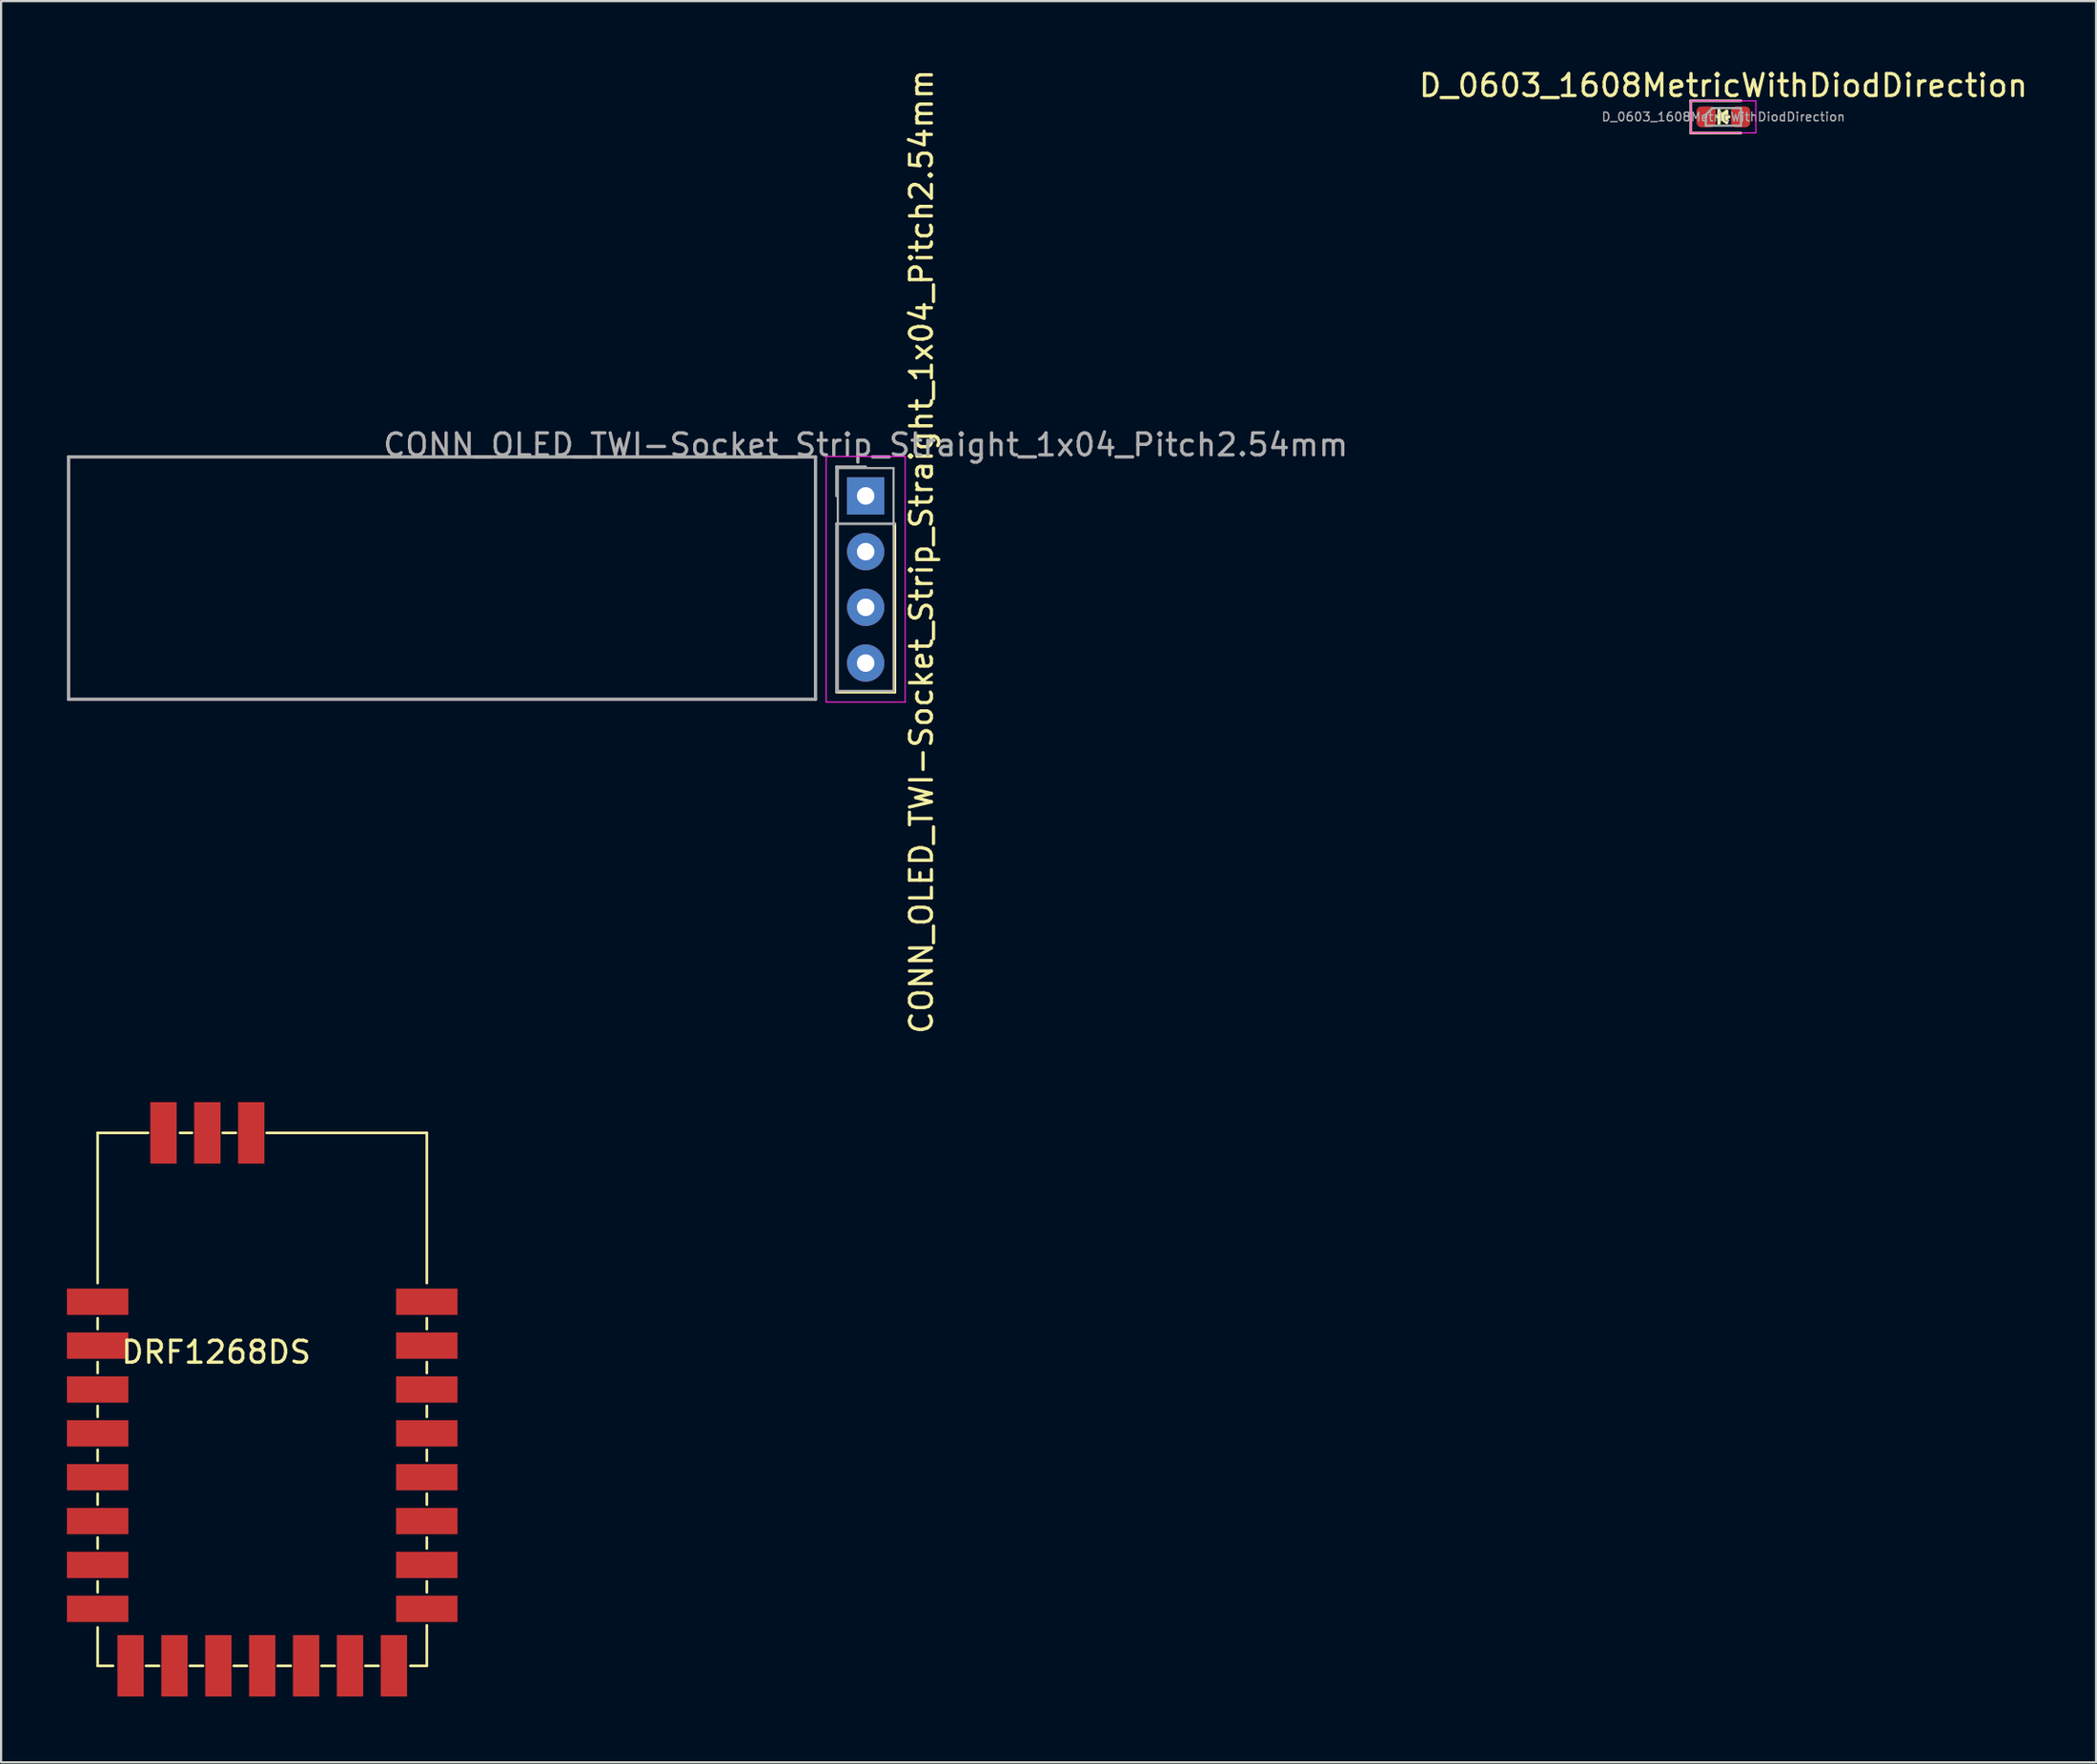
<source format=kicad_pcb>
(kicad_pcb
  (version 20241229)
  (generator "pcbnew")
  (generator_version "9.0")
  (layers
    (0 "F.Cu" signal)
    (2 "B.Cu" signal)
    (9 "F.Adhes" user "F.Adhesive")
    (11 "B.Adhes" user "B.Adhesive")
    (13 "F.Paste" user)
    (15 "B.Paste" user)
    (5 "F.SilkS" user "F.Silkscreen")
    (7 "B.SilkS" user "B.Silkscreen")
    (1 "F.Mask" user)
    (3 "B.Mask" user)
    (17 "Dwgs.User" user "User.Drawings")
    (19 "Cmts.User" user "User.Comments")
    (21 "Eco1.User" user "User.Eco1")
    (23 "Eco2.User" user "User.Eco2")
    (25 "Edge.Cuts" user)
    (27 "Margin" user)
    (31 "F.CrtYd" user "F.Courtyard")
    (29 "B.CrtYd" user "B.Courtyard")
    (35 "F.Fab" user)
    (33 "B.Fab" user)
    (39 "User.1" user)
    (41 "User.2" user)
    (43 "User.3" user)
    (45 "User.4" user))
  (footprint "D_0603_1608MetricWithDiodDirection"
    (layer "F.Cu")
    (at 75.48 2.278)
    (property "Reference" "D_0603_1608MetricWithDiodDirection" (at 0 -1.43 0) (layer "F.SilkS") (effects (font (size 1 1) (thickness 0.15))))
    (attr smd)
    (fp_line (start -1.485 -0.735) (end -1.485 0.735) (stroke (width 0.12) (type solid)) (layer "F.SilkS"))
    (fp_line (start -1.485 0.735) (end 0.8 0.735) (stroke (width 0.12) (type solid)) (layer "F.SilkS"))
    (fp_line (start -0.25 0) (end 0.25 0) (stroke (width 0.15) (type solid)) (layer "F.SilkS"))
    (fp_line (start -0.2 -0.3) (end -0.2 0.3) (stroke (width 0.15) (type solid)) (layer "F.SilkS"))
    (fp_line (start -0.2 0) (end 0.15 0.25) (stroke (width 0.15) (type solid)) (layer "F.SilkS"))
    (fp_line (start 0.15 -0.25) (end -0.2 0) (stroke (width 0.15) (type solid)) (layer "F.SilkS"))
    (fp_line (start 0.15 -0.25) (end 0.15 0.25) (stroke (width 0.15) (type solid)) (layer "F.SilkS"))
    (fp_line (start 0.8 -0.735) (end -1.485 -0.735) (stroke (width 0.12) (type solid)) (layer "F.SilkS"))
    (fp_line (start -1.48 -0.73) (end 1.48 -0.73) (stroke (width 0.05) (type solid)) (layer "F.CrtYd"))
    (fp_line (start -1.48 0.73) (end -1.48 -0.73) (stroke (width 0.05) (type solid)) (layer "F.CrtYd"))
    (fp_line (start 1.48 -0.73) (end 1.48 0.73) (stroke (width 0.05) (type solid)) (layer "F.CrtYd"))
    (fp_line (start 1.48 0.73) (end -1.48 0.73) (stroke (width 0.05) (type solid)) (layer "F.CrtYd"))
    (fp_line (start -0.8 -0.1) (end -0.8 0.4) (stroke (width 0.1) (type solid)) (layer "F.Fab"))
    (fp_line (start -0.8 0.4) (end 0.8 0.4) (stroke (width 0.1) (type solid)) (layer "F.Fab"))
    (fp_line (start -0.5 -0.4) (end -0.8 -0.1) (stroke (width 0.1) (type solid)) (layer "F.Fab"))
    (fp_line (start 0.8 -0.4) (end -0.5 -0.4) (stroke (width 0.1) (type solid)) (layer "F.Fab"))
    (fp_line (start 0.8 0.4) (end 0.8 -0.4) (stroke (width 0.1) (type solid)) (layer "F.Fab"))
    (fp_text user "${REFERENCE}" (at 0 0 0) (layer "F.Fab") (effects (font (size 0.4 0.4) (thickness 0.06))))
    (pad "1" smd roundrect (at -0.787 0) (size 0.875 0.95) (layers "F.Cu" "F.Mask" "F.Paste") (roundrect_rratio 0.25))
    (pad "2" smd roundrect (at 0.787 0) (size 0.875 0.95) (layers "F.Cu" "F.Mask" "F.Paste") (roundrect_rratio 0.25)))
  (footprint "CONN_OLED_TWI-Socket_Strip_Straight_1x04_Pitch2.54mm"
    (layer "F.Cu")
    (at 36.397 19.561)
    (property "Reference" "CONN_OLED_TWI-Socket_Strip_Straight_1x04_Pitch2.54mm" (at 2.54 2.54 90) (layer "F.SilkS") (effects (font (size 1 1) (thickness 0.15))))
    (attr through_hole)
    (fp_line (start -1.33 8.95) (end 1.33 8.95) (stroke (width 0.12) (type solid)) (layer "F.SilkS"))
    (fp_line (start 1.33 8.95) (end 1.33 1.27) (stroke (width 0.12) (type solid)) (layer "F.SilkS"))
    (fp_line (start -1.8 -1.8) (end -1.8 9.4) (stroke (width 0.05) (type solid)) (layer "F.CrtYd"))
    (fp_line (start -1.8 9.4) (end 1.8 9.4) (stroke (width 0.05) (type solid)) (layer "F.CrtYd"))
    (fp_line (start 1.8 -1.8) (end -1.8 -1.8) (stroke (width 0.05) (type solid)) (layer "F.CrtYd"))
    (fp_line (start 1.8 9.4) (end 1.8 -1.8) (stroke (width 0.05) (type solid)) (layer "F.CrtYd"))
    (fp_line (start -36.322 -1.778) (end -36.322 9.271) (stroke (width 0.15) (type solid)) (layer "F.Fab"))
    (fp_line (start -2.286 -1.778) (end -36.322 -1.778) (stroke (width 0.15) (type solid)) (layer "F.Fab"))
    (fp_line (start -2.286 -1.778) (end -2.286 9.271) (stroke (width 0.15) (type solid)) (layer "F.Fab"))
    (fp_line (start -2.286 9.271) (end -36.322 9.271) (stroke (width 0.15) (type solid)) (layer "F.Fab"))
    (fp_line (start -1.33 -1.33) (end 0 -1.33) (stroke (width 0.12) (type solid)) (layer "F.Fab"))
    (fp_line (start -1.33 0) (end -1.33 -1.33) (stroke (width 0.12) (type solid)) (layer "F.Fab"))
    (fp_line (start -1.33 1.27) (end -1.33 8.95) (stroke (width 0.12) (type solid)) (layer "F.Fab"))
    (fp_line (start -1.27 -1.27) (end -1.27 8.89) (stroke (width 0.1) (type solid)) (layer "F.Fab"))
    (fp_line (start -1.27 8.89) (end 1.27 8.89) (stroke (width 0.1) (type solid)) (layer "F.Fab"))
    (fp_line (start 1.27 -1.27) (end -1.27 -1.27) (stroke (width 0.1) (type solid)) (layer "F.Fab"))
    (fp_line (start 1.27 8.89) (end 1.27 -1.27) (stroke (width 0.1) (type solid)) (layer "F.Fab"))
    (fp_line (start 1.33 1.27) (end -1.33 1.27) (stroke (width 0.12) (type solid)) (layer "F.Fab"))
    (fp_text user "${REFERENCE}" (at 0 -2.33 0) (layer "F.Fab") (effects (font (size 1 1) (thickness 0.15))))
    (pad "1" thru_hole rect (at 0 0) (size 1.7 1.7) (drill 0.8) (layers "*.Cu" "*.Mask"))
    (pad "2" thru_hole oval (at 0 2.54) (size 1.7 1.7) (drill 0.8) (layers "*.Cu" "*.Mask"))
    (pad "3" thru_hole oval (at 0 5.08) (size 1.7 1.7) (drill 0.8) (layers "*.Cu" "*.Mask"))
    (pad "4" thru_hole oval (at 0 7.62) (size 1.7 1.7) (drill 0.8) (layers "*.Cu" "*.Mask")))
  (footprint "DRF1268DS"
    (layer "F.Cu")
    (at 8.9 60.752)
    (property "Reference" "DRF1268DS" (at -2.1 -2.15 0) (layer "F.SilkS") (effects (font (size 1 1) (thickness 0.15))))
    (attr smd)
    (fp_line (start -7.5 -12.15) (end -5.2 -12.15) (stroke (width 0.12) (type solid)) (layer "F.SilkS"))
    (fp_line (start -7.5 -5.3) (end -7.5 -12.15) (stroke (width 0.12) (type solid)) (layer "F.SilkS"))
    (fp_line (start -7.5 -3.2) (end -7.5 -3.7) (stroke (width 0.12) (type solid)) (layer "F.SilkS"))
    (fp_line (start -7.5 -1.2) (end -7.5 -1.7) (stroke (width 0.12) (type solid)) (layer "F.SilkS"))
    (fp_line (start -7.5 0.8) (end -7.5 0.3) (stroke (width 0.12) (type solid)) (layer "F.SilkS"))
    (fp_line (start -7.5 2.8) (end -7.5 2.3) (stroke (width 0.12) (type solid)) (layer "F.SilkS"))
    (fp_line (start -7.5 4.8) (end -7.5 4.3) (stroke (width 0.12) (type solid)) (layer "F.SilkS"))
    (fp_line (start -7.5 6.8) (end -7.5 6.3) (stroke (width 0.12) (type solid)) (layer "F.SilkS"))
    (fp_line (start -7.5 8.8) (end -7.5 8.3) (stroke (width 0.12) (type solid)) (layer "F.SilkS"))
    (fp_line (start -7.5 12.15) (end -7.5 10.4) (stroke (width 0.12) (type solid)) (layer "F.SilkS"))
    (fp_line (start -7.5 12.15) (end -6.8 12.15) (stroke (width 0.12) (type solid)) (layer "F.SilkS"))
    (fp_line (start -5.3 12.15) (end -4.7 12.15) (stroke (width 0.12) (type solid)) (layer "F.SilkS"))
    (fp_line (start -3.3 12.15) (end -2.7 12.15) (stroke (width 0.12) (type solid)) (layer "F.SilkS"))
    (fp_line (start -3.2 -12.15) (end -3.75 -12.15) (stroke (width 0.12) (type solid)) (layer "F.SilkS"))
    (fp_line (start -1.3 12.15) (end -0.7 12.15) (stroke (width 0.12) (type solid)) (layer "F.SilkS"))
    (fp_line (start -1.2 -12.15) (end -1.8 -12.15) (stroke (width 0.12) (type solid)) (layer "F.SilkS"))
    (fp_line (start 0.7 12.15) (end 1.3 12.15) (stroke (width 0.12) (type solid)) (layer "F.SilkS"))
    (fp_line (start 2.7 12.15) (end 3.3 12.15) (stroke (width 0.12) (type solid)) (layer "F.SilkS"))
    (fp_line (start 5.3 12.15) (end 4.7 12.15) (stroke (width 0.12) (type solid)) (layer "F.SilkS"))
    (fp_line (start 7.5 -12.15) (end 0.2 -12.15) (stroke (width 0.12) (type solid)) (layer "F.SilkS"))
    (fp_line (start 7.5 -12.15) (end 7.5 -5.3) (stroke (width 0.12) (type solid)) (layer "F.SilkS"))
    (fp_line (start 7.5 -3.7) (end 7.5 -3.2) (stroke (width 0.12) (type solid)) (layer "F.SilkS"))
    (fp_line (start 7.5 -1.7) (end 7.5 -1.2) (stroke (width 0.12) (type solid)) (layer "F.SilkS"))
    (fp_line (start 7.5 0.3) (end 7.5 0.8) (stroke (width 0.12) (type solid)) (layer "F.SilkS"))
    (fp_line (start 7.5 2.3) (end 7.5 2.8) (stroke (width 0.12) (type solid)) (layer "F.SilkS"))
    (fp_line (start 7.5 4.3) (end 7.5 4.8) (stroke (width 0.12) (type solid)) (layer "F.SilkS"))
    (fp_line (start 7.5 6.3) (end 7.5 6.8) (stroke (width 0.12) (type solid)) (layer "F.SilkS"))
    (fp_line (start 7.5 8.3) (end 7.5 8.8) (stroke (width 0.12) (type solid)) (layer "F.SilkS"))
    (fp_line (start 7.5 12.15) (end 6.75 12.15) (stroke (width 0.12) (type solid)) (layer "F.SilkS"))
    (fp_line (start 7.5 12.15) (end 7.5 10.3) (stroke (width 0.12) (type solid)) (layer "F.SilkS"))
    (pad "1" smd rect (at -7.5 -4.45) (size 2.8 1.2) (layers "F.Cu" "F.Mask" "F.Paste"))
    (pad "2" smd rect (at -7.5 -2.45) (size 2.8 1.2) (layers "F.Cu" "F.Mask" "F.Paste"))
    (pad "3" smd rect (at -7.5 -0.45) (size 2.8 1.2) (layers "F.Cu" "F.Mask" "F.Paste"))
    (pad "4" smd rect (at -7.5 1.55) (size 2.8 1.2) (layers "F.Cu" "F.Mask" "F.Paste"))
    (pad "5" smd rect (at -7.5 3.55) (size 2.8 1.2) (layers "F.Cu" "F.Mask" "F.Paste"))
    (pad "6" smd rect (at -7.5 5.55) (size 2.8 1.2) (layers "F.Cu" "F.Mask" "F.Paste"))
    (pad "7" smd rect (at -7.5 7.55) (size 2.8 1.2) (layers "F.Cu" "F.Mask" "F.Paste"))
    (pad "8" smd rect (at -7.5 9.55) (size 2.8 1.2) (layers "F.Cu" "F.Mask" "F.Paste"))
    (pad "9" smd rect (at -6 12.15 90) (size 2.8 1.2) (layers "F.Cu" "F.Mask" "F.Paste"))
    (pad "10" smd rect (at -4 12.15 270) (size 2.8 1.2) (layers "F.Cu" "F.Mask" "F.Paste"))
    (pad "11" smd rect (at -2 12.15 90) (size 2.8 1.2) (layers "F.Cu" "F.Mask" "F.Paste"))
    (pad "12" smd rect (at 0 12.15 90) (size 2.8 1.2) (layers "F.Cu" "F.Mask" "F.Paste"))
    (pad "13" smd rect (at 2 12.15 90) (size 2.8 1.2) (layers "F.Cu" "F.Mask" "F.Paste"))
    (pad "14" smd rect (at 4 12.15 90) (size 2.8 1.2) (layers "F.Cu" "F.Mask" "F.Paste"))
    (pad "15" smd rect (at 6 12.15 90) (size 2.8 1.2) (layers "F.Cu" "F.Mask" "F.Paste"))
    (pad "16" smd rect (at 7.5 9.55) (size 2.8 1.2) (layers "F.Cu" "F.Mask" "F.Paste"))
    (pad "17" smd rect (at 7.5 7.55) (size 2.8 1.2) (layers "F.Cu" "F.Mask" "F.Paste"))
    (pad "18" smd rect (at 7.5 5.55) (size 2.8 1.2) (layers "F.Cu" "F.Mask" "F.Paste"))
    (pad "19" smd rect (at 7.5 3.55) (size 2.8 1.2) (layers "F.Cu" "F.Mask" "F.Paste"))
    (pad "20" smd rect (at 7.5 1.55) (size 2.8 1.2) (layers "F.Cu" "F.Mask" "F.Paste"))
    (pad "21" smd rect (at 7.5 -0.45) (size 2.8 1.2) (layers "F.Cu" "F.Mask" "F.Paste"))
    (pad "22" smd rect (at 7.5 -2.45) (size 2.8 1.2) (layers "F.Cu" "F.Mask" "F.Paste"))
    (pad "23" smd rect (at 7.5 -4.45 180) (size 2.8 1.2) (layers "F.Cu" "F.Mask" "F.Paste"))
    (pad "24" smd rect (at -0.5 -12.15 90) (size 2.8 1.2) (layers "F.Cu" "F.Mask" "F.Paste"))
    (pad "25" smd rect (at -2.5 -12.15 90) (size 2.8 1.2) (layers "F.Cu" "F.Mask" "F.Paste"))
    (pad "26" smd rect (at -4.5 -12.15 90) (size 2.8 1.2) (layers "F.Cu" "F.Mask" "F.Paste")))
  (gr_rect
    (start -3 -3)
    (end 92.462 77.302)
    (stroke (width 0.1) (type default))
    (fill no)
    (layer "Edge.Cuts")))
</source>
